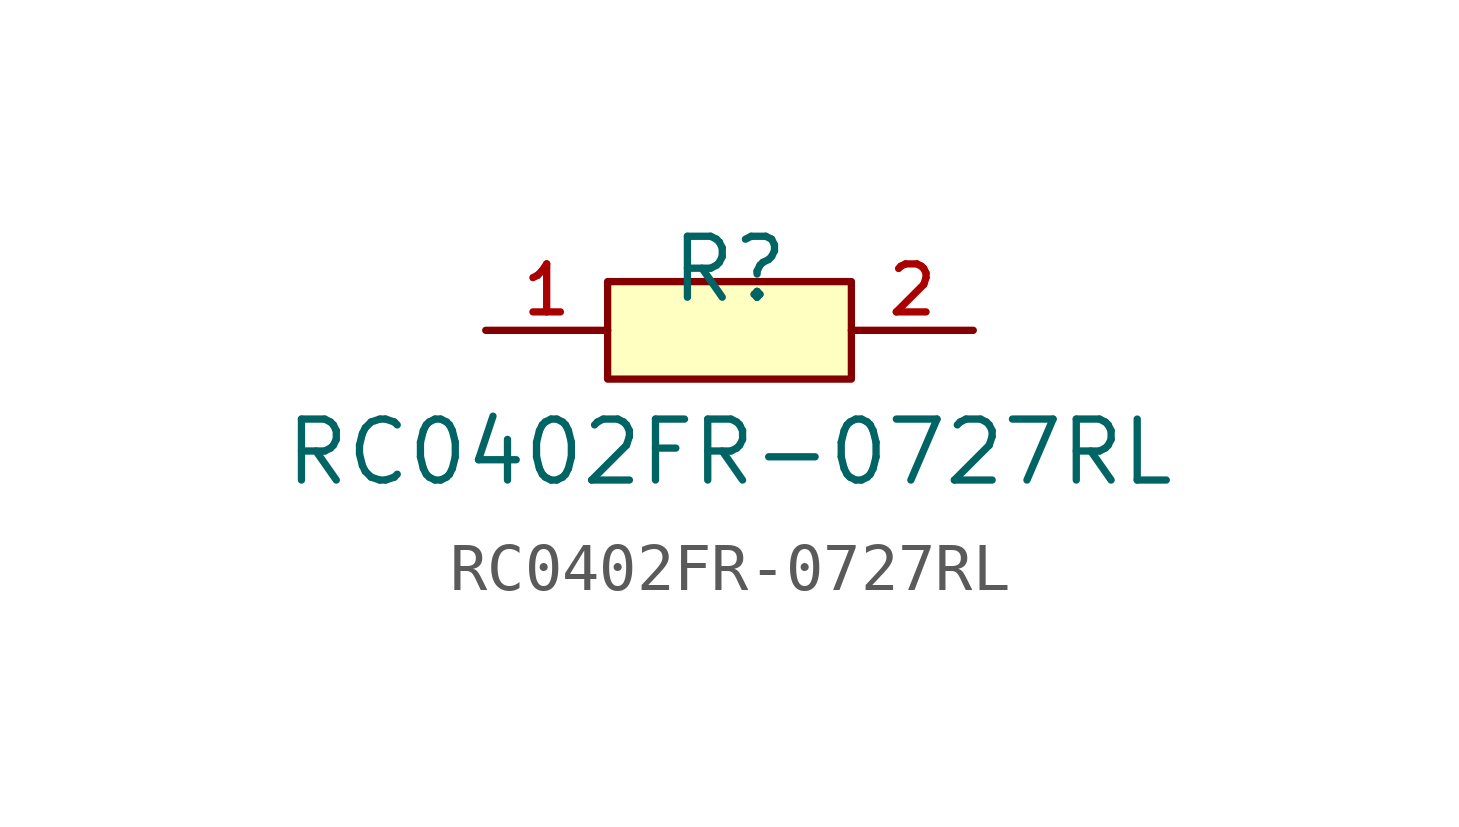
<source format=kicad_sym>
(kicad_symbol_lib
  (version 20220914)
  (generator kicad_symbol_editor)
  (symbol "RC0402FR-0727RL"
    (pin_names hide)
    (property "Reference" "R"
      (at 0 1.27 0)
      (effects (font (size 1.27 1.27))))
    (property "Value" "RC0402FR-0727RL"
      (at 0 -2.54 0)
      (effects (font (size 1.27 1.27))))
    (symbol "RC0402FR-0727RL_0_1"
      (rectangle (start -2.54 1.016) (end 2.54 -1.016) (stroke (width 0) (type default)) (fill (type background))))
    (symbol "RC0402FR-0727RL_1_1"
      (pin passive line (at -5.08 0 0) (length 2.54) (name "1" (effects (font (size 1 1)))) (number "1" (effects (font (size 1 1)))))
      (pin passive line (at 5.08 0 180) (length 2.54) (name "2" (effects (font (size 1 1)))) (number "2" (effects (font (size 1 1))))))))
</source>
